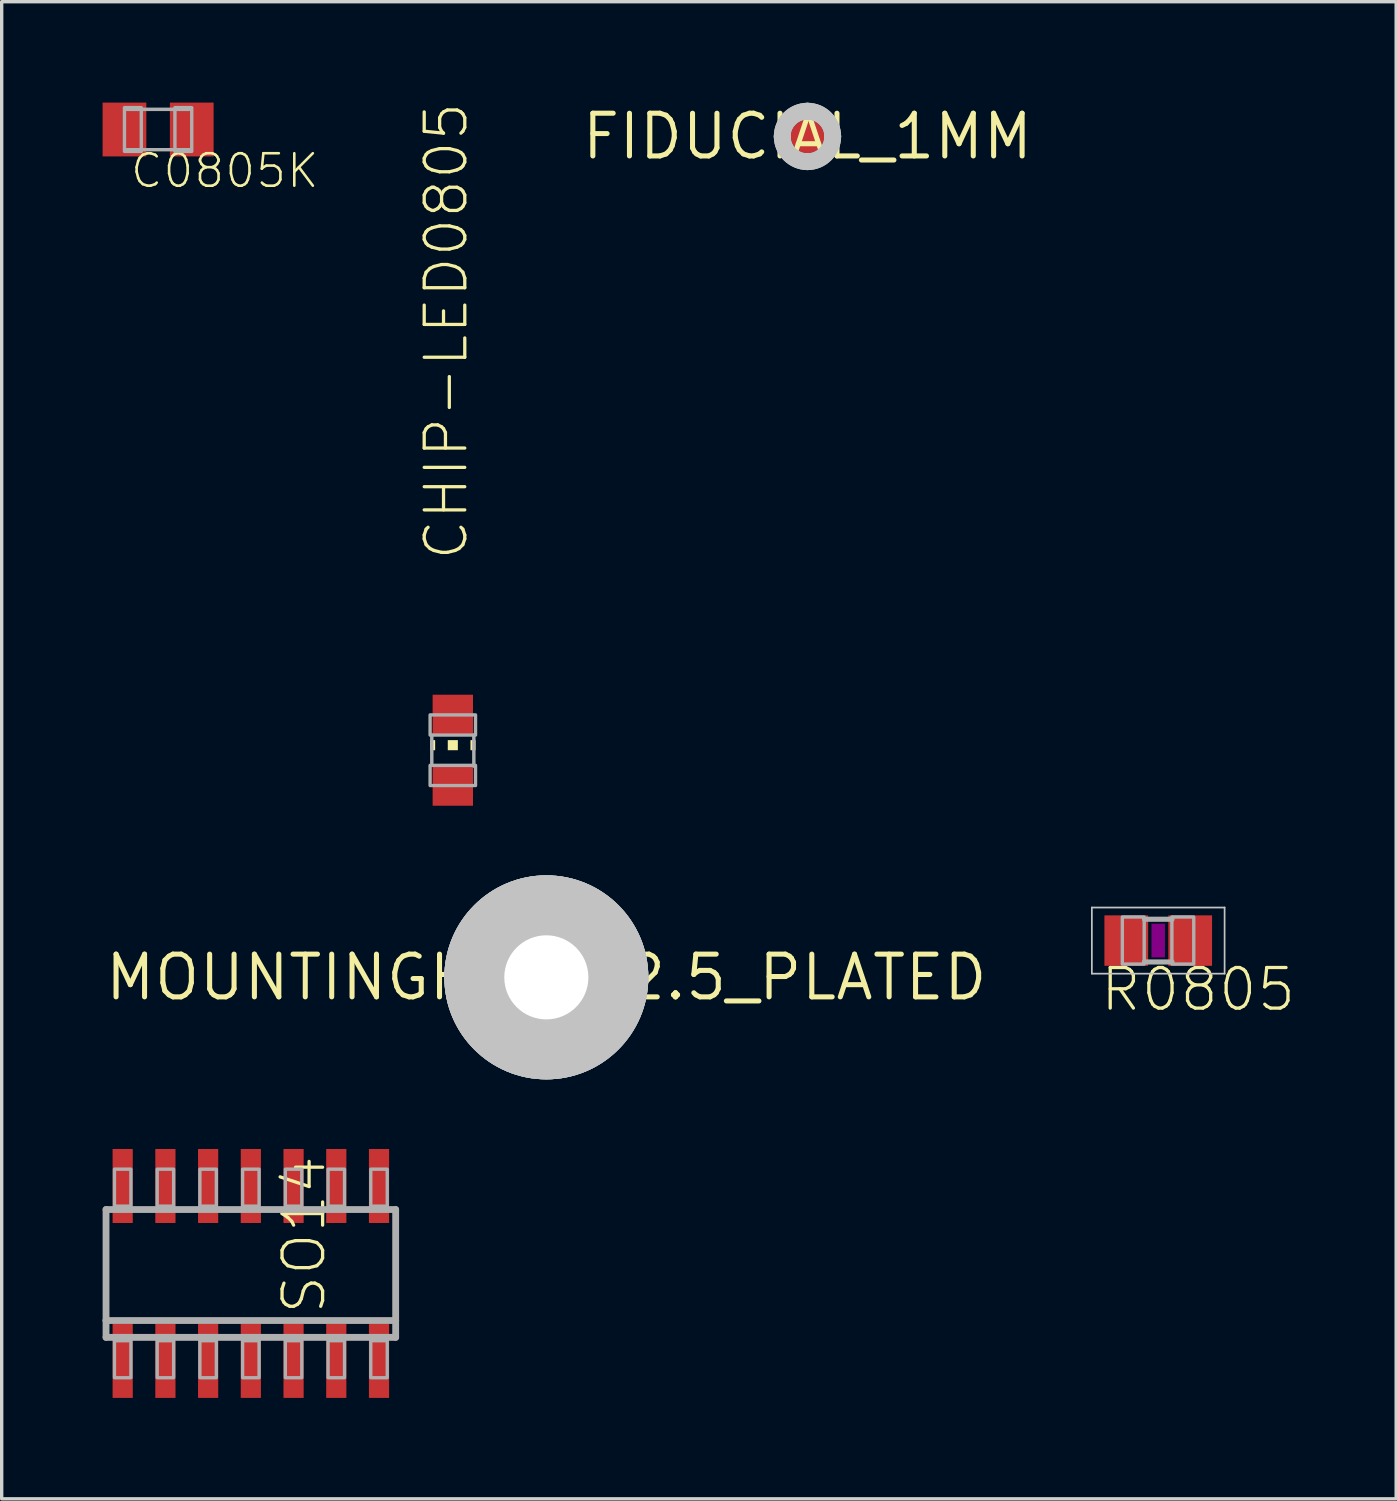
<source format=kicad_pcb>
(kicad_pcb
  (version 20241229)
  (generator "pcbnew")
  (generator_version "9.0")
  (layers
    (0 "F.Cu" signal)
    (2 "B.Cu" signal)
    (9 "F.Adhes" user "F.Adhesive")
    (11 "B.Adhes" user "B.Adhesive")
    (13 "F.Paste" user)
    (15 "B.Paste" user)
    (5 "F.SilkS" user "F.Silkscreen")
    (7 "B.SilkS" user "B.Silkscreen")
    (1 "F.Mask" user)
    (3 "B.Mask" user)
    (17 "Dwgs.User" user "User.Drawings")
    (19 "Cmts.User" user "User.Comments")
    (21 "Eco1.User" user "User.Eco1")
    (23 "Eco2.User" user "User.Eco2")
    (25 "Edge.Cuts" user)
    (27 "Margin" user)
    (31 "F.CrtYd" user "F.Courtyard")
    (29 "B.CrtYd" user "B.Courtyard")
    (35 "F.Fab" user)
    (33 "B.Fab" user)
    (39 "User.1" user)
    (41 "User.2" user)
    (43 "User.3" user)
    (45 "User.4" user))
  (footprint "C0805K"
    (layer "F.Cu")
    (at 1.65 0.8)
    (property "Reference" "C0805K" (at -0.873 1.792 180) (layer "F.SilkS") (effects (font (size 0.965 0.965) (thickness 0.077)) (justify left bottom)))
    (attr through_hole)
    (fp_line (start -0.925 -0.6) (end 0.925 -0.6) (stroke (width 0.102) (type solid)) (layer "F.Fab"))
    (fp_line (start 0.925 0.6) (end -0.925 0.6) (stroke (width 0.102) (type solid)) (layer "F.Fab"))
    (fp_poly (pts (xy -1 0.65) (xy -0.5 0.65) (xy -0.5 -0.65) (xy -1 -0.65)) (stroke (width 0.1) (type solid)) (fill no) (layer "F.Fab"))
    (fp_poly (pts (xy 0.5 0.65) (xy 1 0.65) (xy 1 -0.65) (xy 0.5 -0.65)) (stroke (width 0.1) (type solid)) (fill no) (layer "F.Fab"))
    (pad "1" smd rect (at -1 0) (size 1.3 1.6) (layers "F.Cu" "F.Mask" "F.Paste"))
    (pad "2" smd rect (at 1 0) (size 1.3 1.6) (layers "F.Cu" "F.Mask" "F.Paste")))
  (footprint "FIDUCIAL_1MM"
    (layer "F.Cu")
    (at 20.954 1.006)
    (property "Reference" "FIDUCIAL_1MM" (at 0 0 0) (layer "F.SilkS") (effects (font (size 1.27 1.27) (thickness 0.15))))
    (attr through_hole)
    (fp_arc (start -0.75 0) (mid -0.53033 -0.53033) (end 0 -0.75) (stroke (width 0.5) (type solid)) (layer "F.Mask"))
    (fp_arc (start 0 -0.75) (mid 0.53033 -0.53033) (end 0.75 0) (stroke (width 0.5) (type solid)) (layer "F.Mask"))
    (fp_arc (start 0 0.75) (mid -0.53033 0.53033) (end -0.75 0) (stroke (width 0.5) (type solid)) (layer "F.Mask"))
    (fp_arc (start 0.75 0) (mid 0.53033 0.53033) (end 0 0.75) (stroke (width 0.5) (type solid)) (layer "F.Mask"))
    (fp_arc (start -0.75 0) (mid -0.53033 -0.53033) (end 0 -0.75) (stroke (width 0.5) (type solid)) (layer "Dwgs.User"))
    (fp_arc (start -0.75 0) (mid -0.53033 -0.53033) (end 0 -0.75) (stroke (width 0.5) (type solid)) (layer "Dwgs.User"))
    (fp_arc (start 0 -0.75) (mid 0.53033 -0.53033) (end 0.75 0) (stroke (width 0.5) (type solid)) (layer "Dwgs.User"))
    (fp_arc (start 0 -0.75) (mid 0.53033 -0.53033) (end 0.75 0) (stroke (width 0.5) (type solid)) (layer "Dwgs.User"))
    (fp_arc (start 0 0.75) (mid -0.53033 0.53033) (end -0.75 0) (stroke (width 0.5) (type solid)) (layer "Dwgs.User"))
    (fp_arc (start 0 0.75) (mid -0.53033 0.53033) (end -0.75 0) (stroke (width 0.5) (type solid)) (layer "Dwgs.User"))
    (fp_arc (start 0.75 0) (mid 0.53033 0.53033) (end 0 0.75) (stroke (width 0.5) (type solid)) (layer "Dwgs.User"))
    (fp_arc (start 0.75 0) (mid 0.53033 0.53033) (end 0 0.75) (stroke (width 0.5) (type solid)) (layer "Dwgs.User"))
    (pad "1" smd roundrect (at 0 0) (size 1 1) (layers "F.Cu" "F.Mask") (roundrect_rratio 0.5)))
  (footprint "CHIP-LED0805"
    (layer "F.Cu")
    (at 10.411 19.252)
    (property "Reference" "CHIP-LED0805" (at 0.508 -5.588 90) (layer "F.SilkS") (effects (font (size 1.206 1.206) (thickness 0.097)) (justify left bottom)))
    (attr through_hole)
    (fp_poly (pts (xy -0.675 0) (xy -0.525 0) (xy -0.525 -0.3) (xy -0.675 -0.3)) (stroke (width 0) (type solid)) (fill yes) (layer "F.SilkS"))
    (fp_poly (pts (xy -0.15 0) (xy 0.15 0) (xy 0.15 -0.3) (xy -0.15 -0.3)) (stroke (width 0) (type solid)) (fill yes) (layer "F.SilkS"))
    (fp_poly (pts (xy 0.525 0) (xy 0.675 0) (xy 0.675 -0.3) (xy 0.525 -0.3)) (stroke (width 0) (type solid)) (fill yes) (layer "F.SilkS"))
    (fp_line (start -0.625 -0.45) (end -0.625 0.45) (stroke (width 0.102) (type solid)) (layer "F.Fab"))
    (fp_line (start 0.625 -0.45) (end 0.625 0.475) (stroke (width 0.102) (type solid)) (layer "F.Fab"))
    (fp_poly (pts (xy -0.675 -0.45) (xy 0.675 -0.45) (xy 0.675 -1.05) (xy -0.675 -1.05)) (stroke (width 0.1) (type solid)) (fill no) (layer "F.Fab"))
    (fp_poly (pts (xy -0.675 1.05) (xy 0.675 1.05) (xy 0.675 0.45) (xy -0.675 0.45)) (stroke (width 0.1) (type solid)) (fill no) (layer "F.Fab"))
    (pad "A" smd rect (at 0 1.05) (size 1.2 1.2) (layers "F.Cu" "F.Mask" "F.Paste"))
    (pad "C" smd rect (at 0 -1.05) (size 1.2 1.2) (layers "F.Cu" "F.Mask" "F.Paste")))
  (footprint "MOUNTINGHOLE_2.5_PLATED"
    (layer "F.Cu")
    (at 13.191 26.004)
    (property "Reference" "MOUNTINGHOLE_2.5_PLATED" (at 0 0 0) (layer "F.SilkS") (effects (font (size 1.27 1.27) (thickness 0.15))))
    (attr through_hole)
    (fp_circle (center 0 0) (end 2 0) (stroke (width 0.203) (type solid)) (fill no) (layer "F.SilkS"))
    (fp_circle (center 0 0) (end 1 0) (stroke (width 2.032) (type solid)) (fill no) (layer "Dwgs.User"))
    (fp_circle (center 0 0) (end 1 0) (stroke (width 2.032) (type solid)) (fill no) (layer "Dwgs.User"))
    (fp_circle (center 0 0) (end 1 0) (stroke (width 2.032) (type solid)) (fill no) (layer "Dwgs.User"))
    (fp_circle (center 0 0) (end 1 0) (stroke (width 2.032) (type solid)) (fill no) (layer "Dwgs.User"))
    (pad "P$1" thru_hole circle (at 0 0) (size 3.2 3.2) (drill 2.5) (layers "*.Cu" "*.Mask")))
  (footprint "R0805"
    (layer "F.Cu")
    (at 31.381 24.911)
    (property "Reference" "R0805" (at -1.778 2.159 180) (layer "F.SilkS") (effects (font (size 1.206 1.206) (thickness 0.097)) (justify left bottom)))
    (attr through_hole)
    (fp_poly (pts (xy -0.2 0.5) (xy 0.2 0.5) (xy 0.2 -0.5) (xy -0.2 -0.5)) (stroke (width 0) (type solid)) (fill yes) (layer "F.Adhes"))
    (fp_line (start -1.973 -0.983) (end 1.973 -0.983) (stroke (width 0.051) (type solid)) (layer "Dwgs.User"))
    (fp_line (start -1.973 0.983) (end -1.973 -0.983) (stroke (width 0.051) (type solid)) (layer "Dwgs.User"))
    (fp_line (start 1.973 -0.983) (end 1.973 0.983) (stroke (width 0.051) (type solid)) (layer "Dwgs.User"))
    (fp_line (start 1.973 0.983) (end -1.973 0.983) (stroke (width 0.051) (type solid)) (layer "Dwgs.User"))
    (fp_line (start -0.41 -0.635) (end 0.41 -0.635) (stroke (width 0.152) (type solid)) (layer "F.Fab"))
    (fp_line (start -0.41 0.635) (end 0.41 0.635) (stroke (width 0.152) (type solid)) (layer "F.Fab"))
    (fp_poly (pts (xy -1.067 0.699) (xy -0.417 0.699) (xy -0.417 -0.702) (xy -1.067 -0.702)) (stroke (width 0.1) (type solid)) (fill no) (layer "F.Fab"))
    (fp_poly (pts (xy 0.406 0.699) (xy 1.056 0.699) (xy 1.056 -0.702) (xy 0.406 -0.702)) (stroke (width 0.1) (type solid)) (fill no) (layer "F.Fab"))
    (pad "1" smd rect (at -0.95 0) (size 1.3 1.5) (layers "F.Cu" "F.Mask" "F.Paste"))
    (pad "2" smd rect (at 0.95 0) (size 1.3 1.5) (layers "F.Cu" "F.Mask" "F.Paste")))
  (footprint "SO14"
    (layer "F.Cu")
    (at 4.407 34.806)
    (property "Reference" "SO14" (at 2.286 1.27 270) (layer "F.SilkS") (effects (font (size 1.206 1.206) (thickness 0.097)) (justify left bottom)))
    (attr through_hole)
    (fp_line (start -4.305 -1.9) (end 4.305 -1.9) (stroke (width 0.203) (type solid)) (layer "F.Fab"))
    (fp_line (start -4.305 1.4) (end -4.305 -1.9) (stroke (width 0.203) (type solid)) (layer "F.Fab"))
    (fp_line (start -4.305 1.9) (end -4.305 1.4) (stroke (width 0.203) (type solid)) (layer "F.Fab"))
    (fp_line (start 4.305 -1.9) (end 4.305 1.4) (stroke (width 0.203) (type solid)) (layer "F.Fab"))
    (fp_line (start 4.305 1.4) (end -4.305 1.4) (stroke (width 0.203) (type solid)) (layer "F.Fab"))
    (fp_line (start 4.305 1.4) (end 4.305 1.9) (stroke (width 0.203) (type solid)) (layer "F.Fab"))
    (fp_line (start 4.305 1.9) (end -4.305 1.9) (stroke (width 0.203) (type solid)) (layer "F.Fab"))
    (fp_poly (pts (xy -4.055 -2) (xy -3.565 -2) (xy -3.565 -3.1) (xy -4.055 -3.1)) (stroke (width 0.1) (type solid)) (fill no) (layer "F.Fab"))
    (fp_poly (pts (xy -4.055 3.1) (xy -3.565 3.1) (xy -3.565 2) (xy -4.055 2)) (stroke (width 0.1) (type solid)) (fill no) (layer "F.Fab"))
    (fp_poly (pts (xy -2.785 -2) (xy -2.295 -2) (xy -2.295 -3.1) (xy -2.785 -3.1)) (stroke (width 0.1) (type solid)) (fill no) (layer "F.Fab"))
    (fp_poly (pts (xy -2.785 3.1) (xy -2.295 3.1) (xy -2.295 2) (xy -2.785 2)) (stroke (width 0.1) (type solid)) (fill no) (layer "F.Fab"))
    (fp_poly (pts (xy -1.515 -2) (xy -1.025 -2) (xy -1.025 -3.1) (xy -1.515 -3.1)) (stroke (width 0.1) (type solid)) (fill no) (layer "F.Fab"))
    (fp_poly (pts (xy -1.515 3.1) (xy -1.025 3.1) (xy -1.025 2) (xy -1.515 2)) (stroke (width 0.1) (type solid)) (fill no) (layer "F.Fab"))
    (fp_poly (pts (xy -0.245 -2) (xy 0.245 -2) (xy 0.245 -3.1) (xy -0.245 -3.1)) (stroke (width 0.1) (type solid)) (fill no) (layer "F.Fab"))
    (fp_poly (pts (xy -0.245 3.1) (xy 0.245 3.1) (xy 0.245 2) (xy -0.245 2)) (stroke (width 0.1) (type solid)) (fill no) (layer "F.Fab"))
    (fp_poly (pts (xy 1.025 -2) (xy 1.515 -2) (xy 1.515 -3.1) (xy 1.025 -3.1)) (stroke (width 0.1) (type solid)) (fill no) (layer "F.Fab"))
    (fp_poly (pts (xy 1.025 3.1) (xy 1.515 3.1) (xy 1.515 2) (xy 1.025 2)) (stroke (width 0.1) (type solid)) (fill no) (layer "F.Fab"))
    (fp_poly (pts (xy 2.295 -2) (xy 2.785 -2) (xy 2.785 -3.1) (xy 2.295 -3.1)) (stroke (width 0.1) (type solid)) (fill no) (layer "F.Fab"))
    (fp_poly (pts (xy 2.295 3.1) (xy 2.785 3.1) (xy 2.785 2) (xy 2.295 2)) (stroke (width 0.1) (type solid)) (fill no) (layer "F.Fab"))
    (fp_poly (pts (xy 3.565 -2) (xy 4.055 -2) (xy 4.055 -3.1) (xy 3.565 -3.1)) (stroke (width 0.1) (type solid)) (fill no) (layer "F.Fab"))
    (fp_poly (pts (xy 3.565 3.1) (xy 4.055 3.1) (xy 4.055 2) (xy 3.565 2)) (stroke (width 0.1) (type solid)) (fill no) (layer "F.Fab"))
    (pad "1" smd rect (at -3.81 2.6) (size 0.6 2.2) (layers "F.Cu" "F.Mask" "F.Paste"))
    (pad "2" smd rect (at -2.54 2.6) (size 0.6 2.2) (layers "F.Cu" "F.Mask" "F.Paste"))
    (pad "3" smd rect (at -1.27 2.6) (size 0.6 2.2) (layers "F.Cu" "F.Mask" "F.Paste"))
    (pad "4" smd rect (at 0 2.6) (size 0.6 2.2) (layers "F.Cu" "F.Mask" "F.Paste"))
    (pad "5" smd rect (at 1.27 2.6) (size 0.6 2.2) (layers "F.Cu" "F.Mask" "F.Paste"))
    (pad "6" smd rect (at 2.54 2.6) (size 0.6 2.2) (layers "F.Cu" "F.Mask" "F.Paste"))
    (pad "7" smd rect (at 3.81 2.6) (size 0.6 2.2) (layers "F.Cu" "F.Mask" "F.Paste"))
    (pad "8" smd rect (at 3.81 -2.6) (size 0.6 2.2) (layers "F.Cu" "F.Mask" "F.Paste"))
    (pad "9" smd rect (at 2.54 -2.6) (size 0.6 2.2) (layers "F.Cu" "F.Mask" "F.Paste"))
    (pad "10" smd rect (at 1.27 -2.6) (size 0.6 2.2) (layers "F.Cu" "F.Mask" "F.Paste"))
    (pad "11" smd rect (at 0 -2.6) (size 0.6 2.2) (layers "F.Cu" "F.Mask" "F.Paste"))
    (pad "12" smd rect (at -1.27 -2.6) (size 0.6 2.2) (layers "F.Cu" "F.Mask" "F.Paste"))
    (pad "13" smd rect (at -2.54 -2.6) (size 0.6 2.2) (layers "F.Cu" "F.Mask" "F.Paste"))
    (pad "14" smd rect (at -3.81 -2.6) (size 0.6 2.2) (layers "F.Cu" "F.Mask" "F.Paste")))
  (gr_rect
    (start -3 -3)
    (end 38.454 41.506)
    (stroke (width 0.1) (type default))
    (fill no)
    (layer "Edge.Cuts")))
</source>
